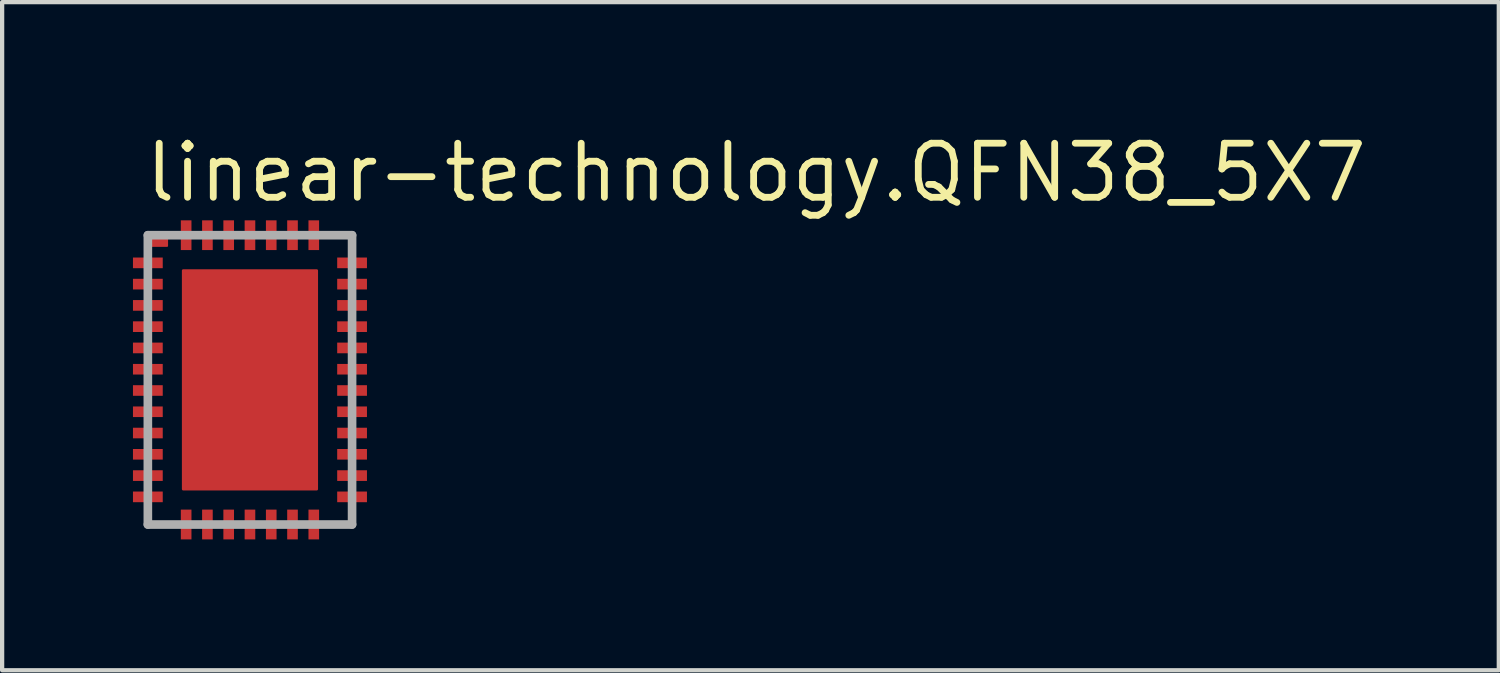
<source format=kicad_pcb>
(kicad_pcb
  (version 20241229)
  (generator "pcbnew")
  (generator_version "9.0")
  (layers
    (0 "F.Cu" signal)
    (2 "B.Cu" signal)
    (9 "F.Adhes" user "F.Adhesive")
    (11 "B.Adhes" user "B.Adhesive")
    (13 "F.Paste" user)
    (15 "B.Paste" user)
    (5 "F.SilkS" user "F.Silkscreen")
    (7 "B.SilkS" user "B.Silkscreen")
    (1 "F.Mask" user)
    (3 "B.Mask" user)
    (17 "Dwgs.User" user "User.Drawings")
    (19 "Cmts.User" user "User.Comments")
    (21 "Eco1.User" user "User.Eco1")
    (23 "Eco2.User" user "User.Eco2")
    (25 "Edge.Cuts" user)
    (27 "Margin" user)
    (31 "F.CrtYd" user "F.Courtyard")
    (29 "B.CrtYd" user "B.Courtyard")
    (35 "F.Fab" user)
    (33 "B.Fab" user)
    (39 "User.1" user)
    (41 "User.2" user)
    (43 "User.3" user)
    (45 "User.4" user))
  (footprint "linear-technology.QFN38_5X7"
    (layer "F.Cu")
    (at 2.825 5.878)
    (property "Reference" "linear-technology.QFN38_5X7" (at -2.54 -4.128 0) (layer "F.SilkS") (effects (font (size 1.27 1.27) (thickness 0.16)) (justify left bottom)))
    (attr smd)
    (fp_rect (start -2.375 -3.15) (end -1.95 -3.375) (stroke (width 0.05) (type default)) (fill yes) (layer "F.Cu"))
    (fp_rect (start -2.8 -2.575) (end -2 -2.925) (stroke (width 0.05) (type default)) (fill yes) (layer "F.Mask"))
    (fp_rect (start -2.8 -2.075) (end -2 -2.425) (stroke (width 0.05) (type default)) (fill yes) (layer "F.Mask"))
    (fp_rect (start -2.8 -1.575) (end -2 -1.925) (stroke (width 0.05) (type default)) (fill yes) (layer "F.Mask"))
    (fp_rect (start -2.8 -1.075) (end -2 -1.425) (stroke (width 0.05) (type default)) (fill yes) (layer "F.Mask"))
    (fp_rect (start -2.8 -0.575) (end -2 -0.925) (stroke (width 0.05) (type default)) (fill yes) (layer "F.Mask"))
    (fp_rect (start -2.8 -0.075) (end -2 -0.425) (stroke (width 0.05) (type default)) (fill yes) (layer "F.Mask"))
    (fp_rect (start -2.8 0.425) (end -2 0.075) (stroke (width 0.05) (type default)) (fill yes) (layer "F.Mask"))
    (fp_rect (start -2.8 0.925) (end -2 0.575) (stroke (width 0.05) (type default)) (fill yes) (layer "F.Mask"))
    (fp_rect (start -2.8 1.425) (end -2 1.075) (stroke (width 0.05) (type default)) (fill yes) (layer "F.Mask"))
    (fp_rect (start -2.8 1.925) (end -2 1.575) (stroke (width 0.05) (type default)) (fill yes) (layer "F.Mask"))
    (fp_rect (start -2.8 2.425) (end -2 2.075) (stroke (width 0.05) (type default)) (fill yes) (layer "F.Mask"))
    (fp_rect (start -2.8 2.925) (end -2 2.575) (stroke (width 0.05) (type default)) (fill yes) (layer "F.Mask"))
    (fp_rect (start -1.675 -3) (end -1.325 -3.8) (stroke (width 0.05) (type default)) (fill yes) (layer "F.Mask"))
    (fp_rect (start -1.675 2.65) (end 1.65 -2.65) (stroke (width 0.05) (type default)) (fill yes) (layer "F.Mask"))
    (fp_rect (start -1.675 3.8) (end -1.325 3) (stroke (width 0.05) (type default)) (fill yes) (layer "F.Mask"))
    (fp_rect (start -1.175 -3) (end -0.825 -3.8) (stroke (width 0.05) (type default)) (fill yes) (layer "F.Mask"))
    (fp_rect (start -1.175 3.8) (end -0.825 3) (stroke (width 0.05) (type default)) (fill yes) (layer "F.Mask"))
    (fp_rect (start -0.675 -3) (end -0.325 -3.8) (stroke (width 0.05) (type default)) (fill yes) (layer "F.Mask"))
    (fp_rect (start -0.675 3.8) (end -0.325 3) (stroke (width 0.05) (type default)) (fill yes) (layer "F.Mask"))
    (fp_rect (start -0.175 -3) (end 0.175 -3.8) (stroke (width 0.05) (type default)) (fill yes) (layer "F.Mask"))
    (fp_rect (start -0.175 3.8) (end 0.175 3) (stroke (width 0.05) (type default)) (fill yes) (layer "F.Mask"))
    (fp_rect (start 0.325 -3) (end 0.675 -3.8) (stroke (width 0.05) (type default)) (fill yes) (layer "F.Mask"))
    (fp_rect (start 0.325 3.8) (end 0.675 3) (stroke (width 0.05) (type default)) (fill yes) (layer "F.Mask"))
    (fp_rect (start 0.825 -3) (end 1.175 -3.8) (stroke (width 0.05) (type default)) (fill yes) (layer "F.Mask"))
    (fp_rect (start 0.825 3.8) (end 1.175 3) (stroke (width 0.05) (type default)) (fill yes) (layer "F.Mask"))
    (fp_rect (start 1.325 -3) (end 1.675 -3.8) (stroke (width 0.05) (type default)) (fill yes) (layer "F.Mask"))
    (fp_rect (start 1.325 3.8) (end 1.675 3) (stroke (width 0.05) (type default)) (fill yes) (layer "F.Mask"))
    (fp_rect (start 2 -2.575) (end 2.8 -2.925) (stroke (width 0.05) (type default)) (fill yes) (layer "F.Mask"))
    (fp_rect (start 2 -2.075) (end 2.8 -2.425) (stroke (width 0.05) (type default)) (fill yes) (layer "F.Mask"))
    (fp_rect (start 2 -1.575) (end 2.8 -1.925) (stroke (width 0.05) (type default)) (fill yes) (layer "F.Mask"))
    (fp_rect (start 2 -1.075) (end 2.8 -1.425) (stroke (width 0.05) (type default)) (fill yes) (layer "F.Mask"))
    (fp_rect (start 2 -0.575) (end 2.8 -0.925) (stroke (width 0.05) (type default)) (fill yes) (layer "F.Mask"))
    (fp_rect (start 2 -0.075) (end 2.8 -0.425) (stroke (width 0.05) (type default)) (fill yes) (layer "F.Mask"))
    (fp_rect (start 2 0.425) (end 2.8 0.075) (stroke (width 0.05) (type default)) (fill yes) (layer "F.Mask"))
    (fp_rect (start 2 0.925) (end 2.8 0.575) (stroke (width 0.05) (type default)) (fill yes) (layer "F.Mask"))
    (fp_rect (start 2 1.425) (end 2.8 1.075) (stroke (width 0.05) (type default)) (fill yes) (layer "F.Mask"))
    (fp_rect (start 2 1.925) (end 2.8 1.575) (stroke (width 0.05) (type default)) (fill yes) (layer "F.Mask"))
    (fp_rect (start 2 2.425) (end 2.8 2.075) (stroke (width 0.05) (type default)) (fill yes) (layer "F.Mask"))
    (fp_rect (start 2 2.925) (end 2.8 2.575) (stroke (width 0.05) (type default)) (fill yes) (layer "F.Mask"))
    (fp_rect (start -2.725 -2.65) (end -2.1 -2.85) (stroke (width 0.05) (type default)) (fill yes) (layer "F.Paste"))
    (fp_rect (start -2.725 -2.15) (end -2.1 -2.35) (stroke (width 0.05) (type default)) (fill yes) (layer "F.Paste"))
    (fp_rect (start -2.725 -1.65) (end -2.1 -1.85) (stroke (width 0.05) (type default)) (fill yes) (layer "F.Paste"))
    (fp_rect (start -2.725 -1.15) (end -2.1 -1.35) (stroke (width 0.05) (type default)) (fill yes) (layer "F.Paste"))
    (fp_rect (start -2.725 -0.65) (end -2.1 -0.85) (stroke (width 0.05) (type default)) (fill yes) (layer "F.Paste"))
    (fp_rect (start -2.725 -0.15) (end -2.1 -0.35) (stroke (width 0.05) (type default)) (fill yes) (layer "F.Paste"))
    (fp_rect (start -2.725 0.35) (end -2.1 0.15) (stroke (width 0.05) (type default)) (fill yes) (layer "F.Paste"))
    (fp_rect (start -2.725 0.85) (end -2.1 0.65) (stroke (width 0.05) (type default)) (fill yes) (layer "F.Paste"))
    (fp_rect (start -2.725 1.35) (end -2.1 1.15) (stroke (width 0.05) (type default)) (fill yes) (layer "F.Paste"))
    (fp_rect (start -2.725 1.85) (end -2.1 1.65) (stroke (width 0.05) (type default)) (fill yes) (layer "F.Paste"))
    (fp_rect (start -2.725 2.35) (end -2.1 2.15) (stroke (width 0.05) (type default)) (fill yes) (layer "F.Paste"))
    (fp_rect (start -2.725 2.85) (end -2.1 2.65) (stroke (width 0.05) (type default)) (fill yes) (layer "F.Paste"))
    (fp_rect (start -1.6 -3.1) (end -1.4 -3.725) (stroke (width 0.05) (type default)) (fill yes) (layer "F.Paste"))
    (fp_rect (start -1.6 3.725) (end -1.4 3.1) (stroke (width 0.05) (type default)) (fill yes) (layer "F.Paste"))
    (fp_rect (start -1.525 2.525) (end 1.525 -2.525) (stroke (width 0.05) (type default)) (fill yes) (layer "F.Paste"))
    (fp_rect (start -1.1 -3.1) (end -0.9 -3.725) (stroke (width 0.05) (type default)) (fill yes) (layer "F.Paste"))
    (fp_rect (start -1.1 3.725) (end -0.9 3.1) (stroke (width 0.05) (type default)) (fill yes) (layer "F.Paste"))
    (fp_rect (start -0.6 -3.1) (end -0.4 -3.725) (stroke (width 0.05) (type default)) (fill yes) (layer "F.Paste"))
    (fp_rect (start -0.6 3.725) (end -0.4 3.1) (stroke (width 0.05) (type default)) (fill yes) (layer "F.Paste"))
    (fp_rect (start -0.1 -3.1) (end 0.1 -3.725) (stroke (width 0.05) (type default)) (fill yes) (layer "F.Paste"))
    (fp_rect (start -0.1 3.725) (end 0.1 3.1) (stroke (width 0.05) (type default)) (fill yes) (layer "F.Paste"))
    (fp_rect (start 0.4 -3.1) (end 0.6 -3.725) (stroke (width 0.05) (type default)) (fill yes) (layer "F.Paste"))
    (fp_rect (start 0.4 3.725) (end 0.6 3.1) (stroke (width 0.05) (type default)) (fill yes) (layer "F.Paste"))
    (fp_rect (start 0.9 -3.1) (end 1.1 -3.725) (stroke (width 0.05) (type default)) (fill yes) (layer "F.Paste"))
    (fp_rect (start 0.9 3.725) (end 1.1 3.1) (stroke (width 0.05) (type default)) (fill yes) (layer "F.Paste"))
    (fp_rect (start 1.4 -3.1) (end 1.6 -3.725) (stroke (width 0.05) (type default)) (fill yes) (layer "F.Paste"))
    (fp_rect (start 1.4 3.725) (end 1.6 3.1) (stroke (width 0.05) (type default)) (fill yes) (layer "F.Paste"))
    (fp_rect (start 2.1 -2.65) (end 2.725 -2.85) (stroke (width 0.05) (type default)) (fill yes) (layer "F.Paste"))
    (fp_rect (start 2.1 -2.15) (end 2.725 -2.35) (stroke (width 0.05) (type default)) (fill yes) (layer "F.Paste"))
    (fp_rect (start 2.1 -1.65) (end 2.725 -1.85) (stroke (width 0.05) (type default)) (fill yes) (layer "F.Paste"))
    (fp_rect (start 2.1 -1.15) (end 2.725 -1.35) (stroke (width 0.05) (type default)) (fill yes) (layer "F.Paste"))
    (fp_rect (start 2.1 -0.65) (end 2.725 -0.85) (stroke (width 0.05) (type default)) (fill yes) (layer "F.Paste"))
    (fp_rect (start 2.1 -0.15) (end 2.725 -0.35) (stroke (width 0.05) (type default)) (fill yes) (layer "F.Paste"))
    (fp_rect (start 2.1 0.35) (end 2.725 0.15) (stroke (width 0.05) (type default)) (fill yes) (layer "F.Paste"))
    (fp_rect (start 2.1 0.85) (end 2.725 0.65) (stroke (width 0.05) (type default)) (fill yes) (layer "F.Paste"))
    (fp_rect (start 2.1 1.35) (end 2.725 1.15) (stroke (width 0.05) (type default)) (fill yes) (layer "F.Paste"))
    (fp_rect (start 2.1 1.85) (end 2.725 1.65) (stroke (width 0.05) (type default)) (fill yes) (layer "F.Paste"))
    (fp_rect (start 2.1 2.35) (end 2.725 2.15) (stroke (width 0.05) (type default)) (fill yes) (layer "F.Paste"))
    (fp_rect (start 2.1 2.85) (end 2.725 2.65) (stroke (width 0.05) (type default)) (fill yes) (layer "F.Paste"))
    (fp_line (start -2.4 -3.4) (end 2.4 -3.4) (stroke (width 0.203) (type default)) (layer "F.Fab"))
    (fp_line (start -2.4 3.4) (end -2.4 -3.4) (stroke (width 0.203) (type default)) (layer "F.Fab"))
    (fp_line (start 2.4 -3.4) (end 2.4 3.4) (stroke (width 0.203) (type default)) (layer "F.Fab"))
    (fp_line (start 2.4 3.4) (end -2.4 3.4) (stroke (width 0.203) (type default)) (layer "F.Fab"))
    (pad "1" smd roundrect (at -2.4 -2.75) (size 0.7 0.25) (layers "F.Cu" "F.Mask" "F.Paste") (roundrect_rratio 0.01))
    (pad "2" smd roundrect (at -2.4 -2.25) (size 0.7 0.25) (layers "F.Cu" "F.Mask" "F.Paste") (roundrect_rratio 0.01))
    (pad "3" smd roundrect (at -2.4 -1.75) (size 0.7 0.25) (layers "F.Cu" "F.Mask" "F.Paste") (roundrect_rratio 0.01))
    (pad "4" smd roundrect (at -2.4 -1.25) (size 0.7 0.25) (layers "F.Cu" "F.Mask" "F.Paste") (roundrect_rratio 0.01))
    (pad "5" smd roundrect (at -2.4 -0.75) (size 0.7 0.25) (layers "F.Cu" "F.Mask" "F.Paste") (roundrect_rratio 0.01))
    (pad "6" smd roundrect (at -2.4 -0.25) (size 0.7 0.25) (layers "F.Cu" "F.Mask" "F.Paste") (roundrect_rratio 0.01))
    (pad "7" smd roundrect (at -2.4 0.25) (size 0.7 0.25) (layers "F.Cu" "F.Mask" "F.Paste") (roundrect_rratio 0.01))
    (pad "8" smd roundrect (at -2.4 0.75) (size 0.7 0.25) (layers "F.Cu" "F.Mask" "F.Paste") (roundrect_rratio 0.01))
    (pad "9" smd roundrect (at -2.4 1.25) (size 0.7 0.25) (layers "F.Cu" "F.Mask" "F.Paste") (roundrect_rratio 0.01))
    (pad "10" smd roundrect (at -2.4 1.75) (size 0.7 0.25) (layers "F.Cu" "F.Mask" "F.Paste") (roundrect_rratio 0.01))
    (pad "11" smd roundrect (at -2.4 2.25) (size 0.7 0.25) (layers "F.Cu" "F.Mask" "F.Paste") (roundrect_rratio 0.01))
    (pad "12" smd roundrect (at -2.4 2.75) (size 0.7 0.25) (layers "F.Cu" "F.Mask" "F.Paste") (roundrect_rratio 0.01))
    (pad "13" smd roundrect (at -1.5 3.4 90) (size 0.7 0.25) (layers "F.Cu" "F.Mask" "F.Paste") (roundrect_rratio 0.01))
    (pad "14" smd roundrect (at -1 3.4 90) (size 0.7 0.25) (layers "F.Cu" "F.Mask" "F.Paste") (roundrect_rratio 0.01))
    (pad "15" smd roundrect (at -0.5 3.4 90) (size 0.7 0.25) (layers "F.Cu" "F.Mask" "F.Paste") (roundrect_rratio 0.01))
    (pad "16" smd roundrect (at 0 3.4 90) (size 0.7 0.25) (layers "F.Cu" "F.Mask" "F.Paste") (roundrect_rratio 0.01))
    (pad "17" smd roundrect (at 0.5 3.4 90) (size 0.7 0.25) (layers "F.Cu" "F.Mask" "F.Paste") (roundrect_rratio 0.01))
    (pad "18" smd roundrect (at 1 3.4 90) (size 0.7 0.25) (layers "F.Cu" "F.Mask" "F.Paste") (roundrect_rratio 0.01))
    (pad "19" smd roundrect (at 1.5 3.4 90) (size 0.7 0.25) (layers "F.Cu" "F.Mask" "F.Paste") (roundrect_rratio 0.01))
    (pad "20" smd roundrect (at 2.4 2.75 180) (size 0.7 0.25) (layers "F.Cu" "F.Mask" "F.Paste") (roundrect_rratio 0.01))
    (pad "21" smd roundrect (at 2.4 2.25 180) (size 0.7 0.25) (layers "F.Cu" "F.Mask" "F.Paste") (roundrect_rratio 0.01))
    (pad "22" smd roundrect (at 2.4 1.75 180) (size 0.7 0.25) (layers "F.Cu" "F.Mask" "F.Paste") (roundrect_rratio 0.01))
    (pad "23" smd roundrect (at 2.4 1.25 180) (size 0.7 0.25) (layers "F.Cu" "F.Mask" "F.Paste") (roundrect_rratio 0.01))
    (pad "24" smd roundrect (at 2.4 0.75 180) (size 0.7 0.25) (layers "F.Cu" "F.Mask" "F.Paste") (roundrect_rratio 0.01))
    (pad "25" smd roundrect (at 2.4 0.25 180) (size 0.7 0.25) (layers "F.Cu" "F.Mask" "F.Paste") (roundrect_rratio 0.01))
    (pad "26" smd roundrect (at 2.4 -0.25 180) (size 0.7 0.25) (layers "F.Cu" "F.Mask" "F.Paste") (roundrect_rratio 0.01))
    (pad "27" smd roundrect (at 2.4 -0.75 180) (size 0.7 0.25) (layers "F.Cu" "F.Mask" "F.Paste") (roundrect_rratio 0.01))
    (pad "28" smd roundrect (at 2.4 -1.25 180) (size 0.7 0.25) (layers "F.Cu" "F.Mask" "F.Paste") (roundrect_rratio 0.01))
    (pad "29" smd roundrect (at 2.4 -1.75 180) (size 0.7 0.25) (layers "F.Cu" "F.Mask" "F.Paste") (roundrect_rratio 0.01))
    (pad "30" smd roundrect (at 2.4 -2.25 180) (size 0.7 0.25) (layers "F.Cu" "F.Mask" "F.Paste") (roundrect_rratio 0.01))
    (pad "31" smd roundrect (at 2.4 -2.75 180) (size 0.7 0.25) (layers "F.Cu" "F.Mask" "F.Paste") (roundrect_rratio 0.01))
    (pad "32" smd roundrect (at 1.5 -3.4 270) (size 0.7 0.25) (layers "F.Cu" "F.Mask" "F.Paste") (roundrect_rratio 0.01))
    (pad "33" smd roundrect (at 1 -3.4 270) (size 0.7 0.25) (layers "F.Cu" "F.Mask" "F.Paste") (roundrect_rratio 0.01))
    (pad "34" smd roundrect (at 0.5 -3.4 270) (size 0.7 0.25) (layers "F.Cu" "F.Mask" "F.Paste") (roundrect_rratio 0.01))
    (pad "35" smd roundrect (at 0 -3.4 270) (size 0.7 0.25) (layers "F.Cu" "F.Mask" "F.Paste") (roundrect_rratio 0.01))
    (pad "36" smd roundrect (at -0.5 -3.4 270) (size 0.7 0.25) (layers "F.Cu" "F.Mask" "F.Paste") (roundrect_rratio 0.01))
    (pad "37" smd roundrect (at -1 -3.4 270) (size 0.7 0.25) (layers "F.Cu" "F.Mask" "F.Paste") (roundrect_rratio 0.01))
    (pad "38" smd roundrect (at -1.5 -3.4 270) (size 0.7 0.25) (layers "F.Cu" "F.Mask" "F.Paste") (roundrect_rratio 0.01))
    (pad "EXP" smd roundrect (at 0 0) (size 3.2 5.2) (layers "F.Cu" "F.Mask" "F.Paste") (roundrect_rratio 0.01)))
  (gr_rect
    (start -3 -3)
    (end 32.177 12.703)
    (stroke (width 0.1) (type default))
    (fill no)
    (layer "Edge.Cuts")))
</source>
